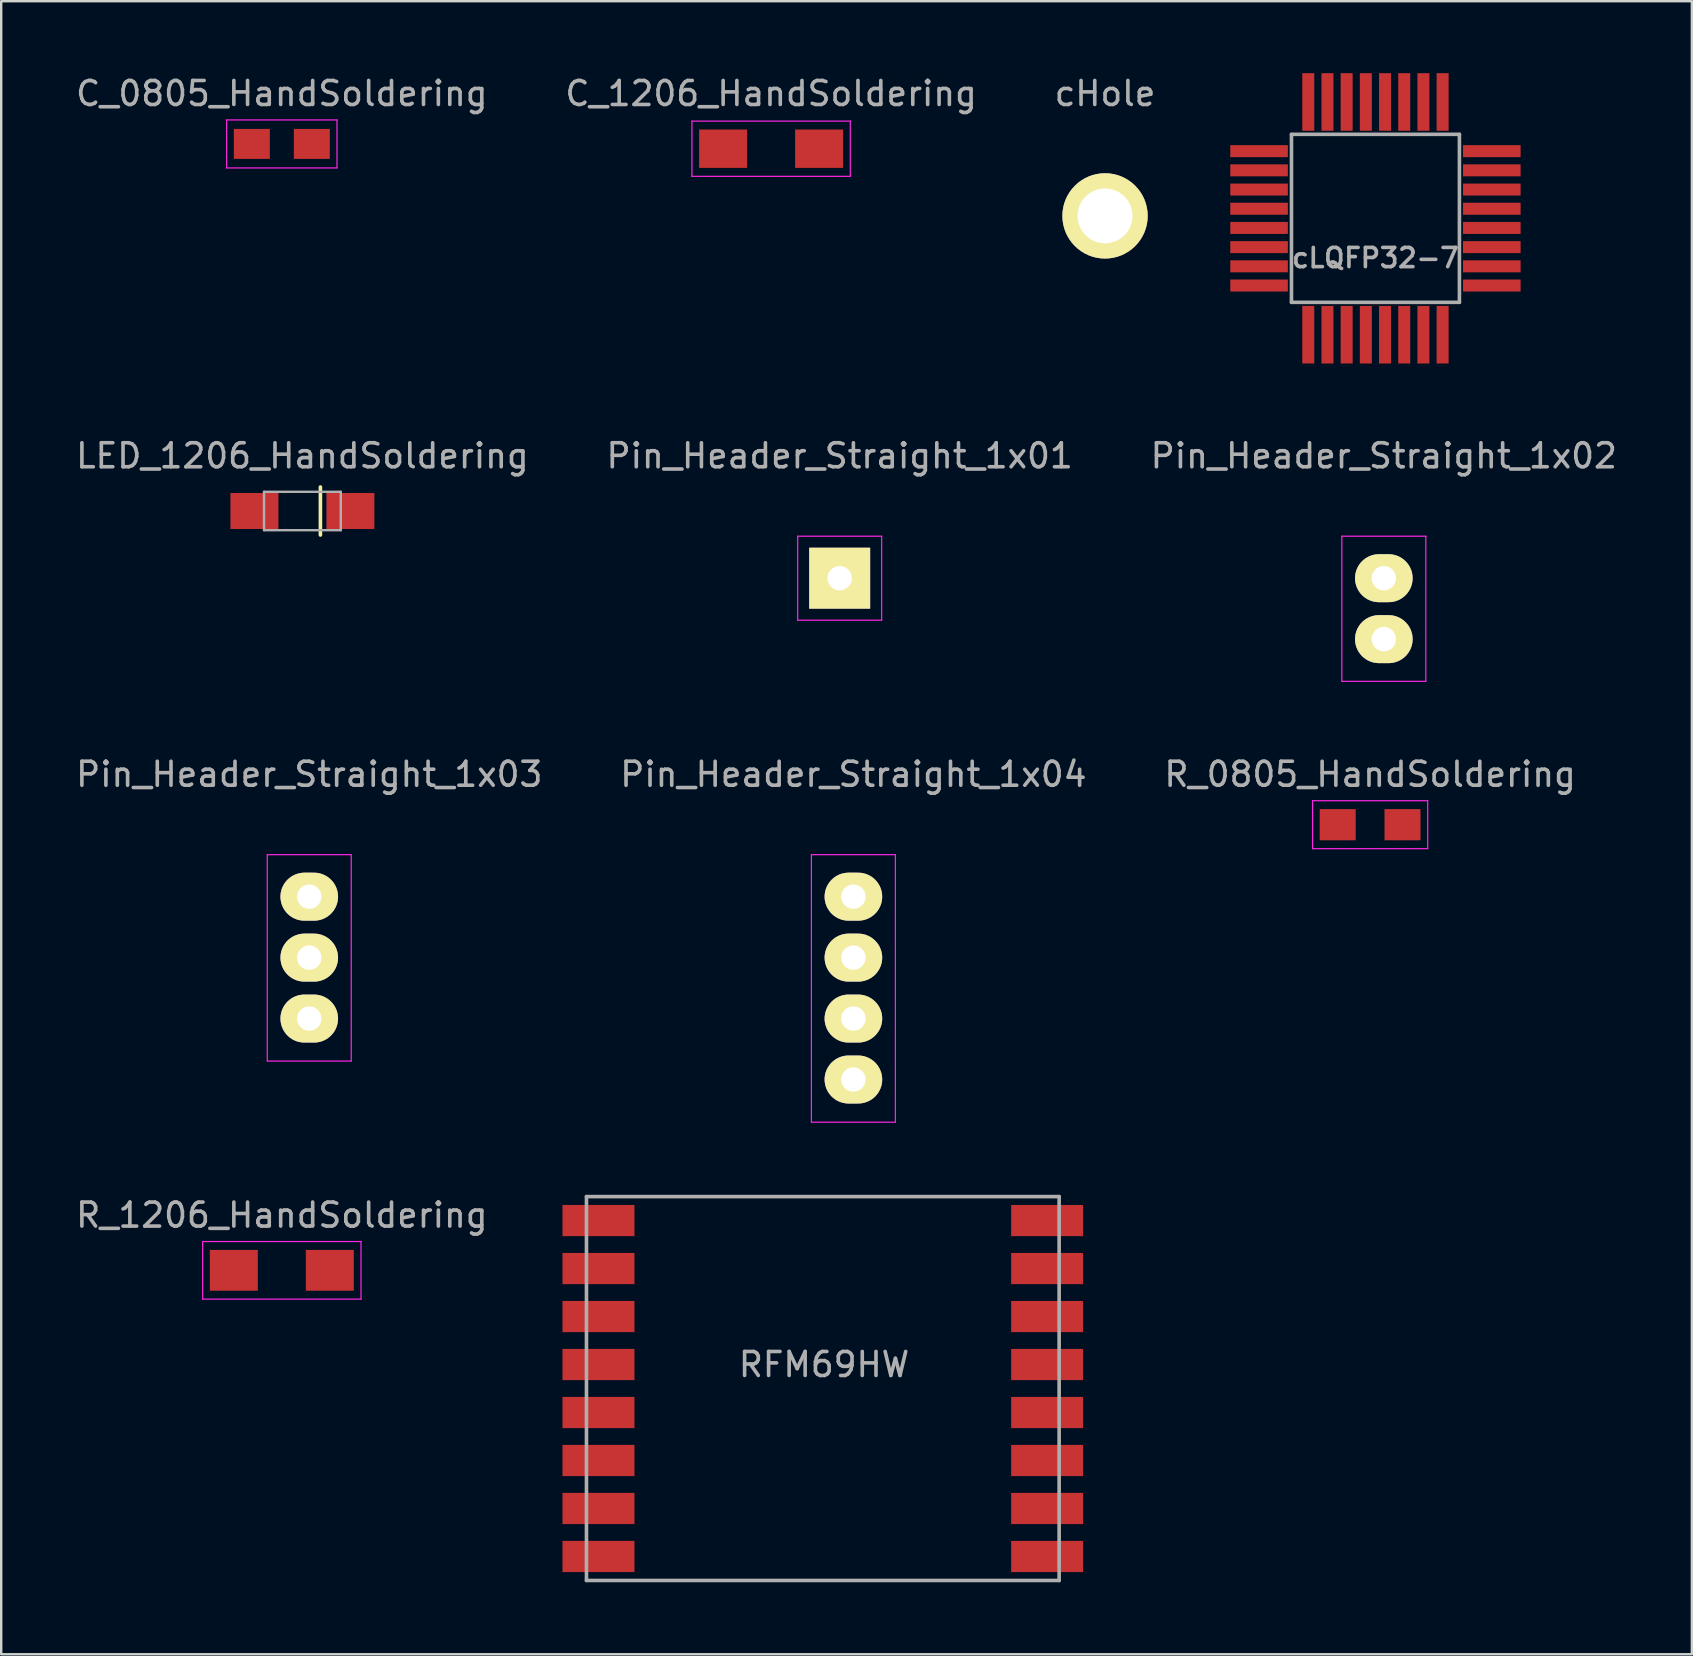
<source format=kicad_pcb>
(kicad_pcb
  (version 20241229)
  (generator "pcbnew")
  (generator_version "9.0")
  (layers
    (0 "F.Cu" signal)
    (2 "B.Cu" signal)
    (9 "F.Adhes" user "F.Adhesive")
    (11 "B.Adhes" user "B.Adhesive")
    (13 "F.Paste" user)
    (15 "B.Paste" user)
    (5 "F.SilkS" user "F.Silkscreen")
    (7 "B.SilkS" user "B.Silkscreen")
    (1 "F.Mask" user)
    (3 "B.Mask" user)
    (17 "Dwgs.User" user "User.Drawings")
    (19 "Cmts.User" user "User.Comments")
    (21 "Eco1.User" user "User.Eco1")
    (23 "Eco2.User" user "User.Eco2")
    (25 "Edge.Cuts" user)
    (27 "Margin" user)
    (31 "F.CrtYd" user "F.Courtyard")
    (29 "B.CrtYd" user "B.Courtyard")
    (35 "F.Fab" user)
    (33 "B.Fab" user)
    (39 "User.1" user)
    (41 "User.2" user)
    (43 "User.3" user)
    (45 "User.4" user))
  (footprint "Pin_Header_Straight_1x03"
    (layer "F.Cu")
    (at 9.839 34.322)
    (property "Reference" "Pin_Header_Straight_1x03" (at 0 -5.1 0) (layer "F.Fab") (effects (font (size 1 1) (thickness 0.15))))
    (attr through_hole)
    (fp_line (start -1.75 -1.75) (end -1.75 6.85) (stroke (width 0.05) (type solid)) (layer "F.CrtYd"))
    (fp_line (start -1.75 -1.75) (end 1.75 -1.75) (stroke (width 0.05) (type solid)) (layer "F.CrtYd"))
    (fp_line (start -1.75 6.85) (end 1.75 6.85) (stroke (width 0.05) (type solid)) (layer "F.CrtYd"))
    (fp_line (start 1.75 -1.75) (end 1.75 6.85) (stroke (width 0.05) (type solid)) (layer "F.CrtYd"))
    (pad "1" thru_hole oval (at 0 0) (size 2.4 2) (drill 1.016) (layers "*.Cu" "*.Mask" "F.SilkS"))
    (pad "2" thru_hole oval (at 0 2.54) (size 2.4 2) (drill 1.016) (layers "*.Cu" "*.Mask" "F.SilkS"))
    (pad "3" thru_hole oval (at 0 5.08) (size 2.4 2) (drill 1.016) (layers "*.Cu" "*.Mask" "F.SilkS")))
  (footprint "Pin_Header_Straight_1x02"
    (layer "F.Cu")
    (at 54.625 21.048)
    (property "Reference" "Pin_Header_Straight_1x02" (at 0 -5.1 0) (layer "F.Fab") (effects (font (size 1 1) (thickness 0.15))))
    (attr through_hole)
    (fp_line (start -1.75 -1.75) (end -1.75 4.3) (stroke (width 0.05) (type solid)) (layer "F.CrtYd"))
    (fp_line (start -1.75 -1.75) (end 1.75 -1.75) (stroke (width 0.05) (type solid)) (layer "F.CrtYd"))
    (fp_line (start -1.75 4.3) (end 1.75 4.3) (stroke (width 0.05) (type solid)) (layer "F.CrtYd"))
    (fp_line (start 1.75 -1.75) (end 1.75 4.3) (stroke (width 0.05) (type solid)) (layer "F.CrtYd"))
    (pad "1" thru_hole oval (at 0 0) (size 2.4 2) (drill 1.016) (layers "*.Cu" "*.Mask" "F.SilkS"))
    (pad "2" thru_hole oval (at 0 2.54) (size 2.4 2) (drill 1.016) (layers "*.Cu" "*.Mask" "F.SilkS")))
  (footprint "C_1206_HandSoldering"
    (layer "F.Cu")
    (at 29.089 3.148)
    (property "Reference" "C_1206_HandSoldering" (at 0 -2.3 0) (layer "F.Fab") (effects (font (size 1 1) (thickness 0.15))))
    (attr smd)
    (fp_line (start -3.3 -1.15) (end -3.3 1.15) (stroke (width 0.05) (type solid)) (layer "F.CrtYd"))
    (fp_line (start -3.3 -1.15) (end 3.3 -1.15) (stroke (width 0.05) (type solid)) (layer "F.CrtYd"))
    (fp_line (start -3.3 1.15) (end 3.3 1.15) (stroke (width 0.05) (type solid)) (layer "F.CrtYd"))
    (fp_line (start 3.3 -1.15) (end 3.3 1.15) (stroke (width 0.05) (type solid)) (layer "F.CrtYd"))
    (pad "1" smd rect (at -2 0) (size 2 1.6) (layers "F.Cu" "F.Mask" "F.Paste"))
    (pad "2" smd rect (at 2 0) (size 2 1.6) (layers "F.Cu" "F.Mask" "F.Paste")))
  (footprint "R_1206_HandSoldering"
    (layer "F.Cu")
    (at 8.696 49.895)
    (property "Reference" "R_1206_HandSoldering" (at 0 -2.3 0) (layer "F.Fab") (effects (font (size 1 1) (thickness 0.15))))
    (attr smd)
    (fp_line (start -3.3 -1.2) (end -3.3 1.2) (stroke (width 0.05) (type solid)) (layer "F.CrtYd"))
    (fp_line (start -3.3 -1.2) (end 3.3 -1.2) (stroke (width 0.05) (type solid)) (layer "F.CrtYd"))
    (fp_line (start -3.3 1.2) (end 3.3 1.2) (stroke (width 0.05) (type solid)) (layer "F.CrtYd"))
    (fp_line (start 3.3 -1.2) (end 3.3 1.2) (stroke (width 0.05) (type solid)) (layer "F.CrtYd"))
    (pad "1" smd rect (at -2 0) (size 2 1.7) (layers "F.Cu" "F.Mask" "F.Paste"))
    (pad "2" smd rect (at 2 0) (size 2 1.7) (layers "F.Cu" "F.Mask" "F.Paste")))
  (footprint "cHole"
    (layer "F.Cu")
    (at 43.006 5.948)
    (property "Reference" "cHole" (at 0 -5.1 0) (layer "F.Fab") (effects (font (size 1 1) (thickness 0.15))))
    (attr through_hole)
    (pad "" np_thru_hole circle (at 0 0) (size 3.556 3.556) (drill 2.286) (layers "*.Cu" "*.Mask" "F.SilkS")))
  (footprint "RFM69HW"
    (layer "F.Cu")
    (at 31.243 54.871)
    (property "Reference" "RFM69HW" (at 0.05 -1.05 0) (layer "F.Fab") (effects (font (size 1 1) (thickness 0.15))))
    (attr through_hole)
    (fp_line (start -9.85 -8.05) (end 9.85 -8.05) (stroke (width 0.15) (type solid)) (layer "F.Fab"))
    (fp_line (start -9.85 7.95) (end -9.85 -8.05) (stroke (width 0.15) (type solid)) (layer "F.Fab"))
    (fp_line (start 9.85 -8.05) (end 9.85 7.95) (stroke (width 0.15) (type solid)) (layer "F.Fab"))
    (fp_line (start 9.85 7.95) (end -9.85 7.95) (stroke (width 0.15) (type solid)) (layer "F.Fab"))
    (pad "1" smd rect (at -9.35 -7.05) (size 3 1.3) (layers "F.Cu" "F.Mask" "F.Paste"))
    (pad "2" smd rect (at -9.35 -5.05) (size 3 1.3) (layers "F.Cu" "F.Mask" "F.Paste"))
    (pad "3" smd rect (at -9.35 -3.05) (size 3 1.3) (layers "F.Cu" "F.Mask" "F.Paste"))
    (pad "4" smd rect (at -9.35 -1.05) (size 3 1.3) (layers "F.Cu" "F.Mask" "F.Paste"))
    (pad "5" smd rect (at -9.35 0.95) (size 3 1.3) (layers "F.Cu" "F.Mask" "F.Paste"))
    (pad "6" smd rect (at -9.35 2.95) (size 3 1.3) (layers "F.Cu" "F.Mask" "F.Paste"))
    (pad "7" smd rect (at -9.35 4.95) (size 3 1.3) (layers "F.Cu" "F.Mask" "F.Paste"))
    (pad "8" smd rect (at -9.35 6.95) (size 3 1.3) (layers "F.Cu" "F.Mask" "F.Paste"))
    (pad "9" smd rect (at 9.35 6.95) (size 3 1.3) (layers "F.Cu" "F.Mask" "F.Paste"))
    (pad "10" smd rect (at 9.35 4.95) (size 3 1.3) (layers "F.Cu" "F.Mask" "F.Paste"))
    (pad "11" smd rect (at 9.35 2.95) (size 3 1.3) (layers "F.Cu" "F.Mask" "F.Paste"))
    (pad "12" smd rect (at 9.35 0.95) (size 3 1.3) (layers "F.Cu" "F.Mask" "F.Paste"))
    (pad "13" smd rect (at 9.35 -1.05) (size 3 1.3) (layers "F.Cu" "F.Mask" "F.Paste"))
    (pad "14" smd rect (at 9.35 -3.05) (size 3 1.3) (layers "F.Cu" "F.Mask" "F.Paste"))
    (pad "15" smd rect (at 9.35 -5.05) (size 3 1.3) (layers "F.Cu" "F.Mask" "F.Paste"))
    (pad "16" smd rect (at 9.35 -7.05) (size 3 1.3) (layers "F.Cu" "F.Mask" "F.Paste")))
  (footprint "Pin_Header_Straight_1x01"
    (layer "F.Cu")
    (at 31.946 21.048)
    (property "Reference" "Pin_Header_Straight_1x01" (at 0 -5.1 0) (layer "F.Fab") (effects (font (size 1 1) (thickness 0.15))))
    (attr through_hole)
    (fp_line (start -1.75 -1.75) (end -1.75 1.75) (stroke (width 0.05) (type solid)) (layer "F.CrtYd"))
    (fp_line (start -1.75 -1.75) (end 1.75 -1.75) (stroke (width 0.05) (type solid)) (layer "F.CrtYd"))
    (fp_line (start -1.75 1.75) (end 1.75 1.75) (stroke (width 0.05) (type solid)) (layer "F.CrtYd"))
    (fp_line (start 1.75 -1.75) (end 1.75 1.75) (stroke (width 0.05) (type solid)) (layer "F.CrtYd"))
    (pad "1" thru_hole rect (at 0 0) (size 2.54 2.54) (drill 1.016) (layers "*.Cu" "*.Mask" "F.SilkS")))
  (footprint "Pin_Header_Straight_1x04"
    (layer "F.Cu")
    (at 32.518 34.322)
    (property "Reference" "Pin_Header_Straight_1x04" (at 0 -5.1 0) (layer "F.Fab") (effects (font (size 1 1) (thickness 0.15))))
    (attr through_hole)
    (fp_line (start -1.75 -1.75) (end -1.75 9.4) (stroke (width 0.05) (type solid)) (layer "F.CrtYd"))
    (fp_line (start -1.75 -1.75) (end 1.75 -1.75) (stroke (width 0.05) (type solid)) (layer "F.CrtYd"))
    (fp_line (start -1.75 9.4) (end 1.75 9.4) (stroke (width 0.05) (type solid)) (layer "F.CrtYd"))
    (fp_line (start 1.75 -1.75) (end 1.75 9.4) (stroke (width 0.05) (type solid)) (layer "F.CrtYd"))
    (pad "1" thru_hole oval (at 0 0) (size 2.4 2) (drill 1.016) (layers "*.Cu" "*.Mask" "F.SilkS"))
    (pad "2" thru_hole oval (at 0 2.54) (size 2.4 2) (drill 1.016) (layers "*.Cu" "*.Mask" "F.SilkS"))
    (pad "3" thru_hole oval (at 0 5.08) (size 2.4 2) (drill 1.016) (layers "*.Cu" "*.Mask" "F.SilkS"))
    (pad "4" thru_hole oval (at 0 7.62) (size 2.4 2) (drill 1.016) (layers "*.Cu" "*.Mask" "F.SilkS")))
  (footprint "LED_1206_HandSoldering"
    (layer "F.Cu")
    (at 9.554 18.248)
    (property "Reference" "LED_1206_HandSoldering" (at 0 -2.3 0) (layer "F.Fab") (effects (font (size 1 1) (thickness 0.15))))
    (attr smd)
    (fp_line (start 0.75 -1) (end 0.75 1) (stroke (width 0.15) (type solid)) (layer "F.SilkS"))
    (fp_line (start -1.6 -0.8) (end 1.6 -0.8) (stroke (width 0.1) (type solid)) (layer "F.Fab"))
    (fp_line (start -1.6 0.8) (end -1.6 -0.8) (stroke (width 0.1) (type solid)) (layer "F.Fab"))
    (fp_line (start 1.6 -0.8) (end 1.6 0.8) (stroke (width 0.1) (type solid)) (layer "F.Fab"))
    (fp_line (start 1.6 0.8) (end -1.6 0.8) (stroke (width 0.1) (type solid)) (layer "F.Fab"))
    (pad "A" smd rect (at -2 0) (size 2 1.5) (layers "F.Cu" "F.Mask" "F.Paste"))
    (pad "K" smd rect (at 2 0) (size 2 1.5) (layers "F.Cu" "F.Mask" "F.Paste")))
  (footprint "R_0805_HandSoldering"
    (layer "F.Cu")
    (at 54.054 31.322)
    (property "Reference" "R_0805_HandSoldering" (at 0 -2.1 0) (layer "F.Fab") (effects (font (size 1 1) (thickness 0.15))))
    (attr smd)
    (fp_line (start -2.4 -1) (end -2.4 1) (stroke (width 0.05) (type solid)) (layer "F.CrtYd"))
    (fp_line (start -2.4 -1) (end 2.4 -1) (stroke (width 0.05) (type solid)) (layer "F.CrtYd"))
    (fp_line (start -2.4 1) (end 2.4 1) (stroke (width 0.05) (type solid)) (layer "F.CrtYd"))
    (fp_line (start 2.4 -1) (end 2.4 1) (stroke (width 0.05) (type solid)) (layer "F.CrtYd"))
    (pad "1" smd rect (at -1.35 0) (size 1.5 1.3) (layers "F.Cu" "F.Mask" "F.Paste"))
    (pad "2" smd rect (at 1.35 0) (size 1.5 1.3) (layers "F.Cu" "F.Mask" "F.Paste")))
  (footprint "cLQFP32-7"
    (layer "F.Cu")
    (at 54.276 6.05)
    (property "Reference" "cLQFP32-7" (at 0 1.65 0) (layer "F.Fab") (effects (font (size 0.8 0.8) (thickness 0.15))))
    (attr through_hole)
    (fp_line (start -3.5 -3.5) (end -3.5 3.5) (stroke (width 0.15) (type solid)) (layer "F.Fab"))
    (fp_line (start -3.5 3.5) (end 3.5 3.5) (stroke (width 0.15) (type solid)) (layer "F.Fab"))
    (fp_line (start 3.5 -3.5) (end -3.5 -3.5) (stroke (width 0.15) (type solid)) (layer "F.Fab"))
    (fp_line (start 3.5 3.5) (end 3.5 -3.5) (stroke (width 0.15) (type solid)) (layer "F.Fab"))
    (pad "1" smd rect (at -2.8 4.85) (size 0.5 2.4) (layers "F.Cu" "F.Mask" "F.Paste"))
    (pad "2" smd rect (at -2 4.85) (size 0.5 2.4) (layers "F.Cu" "F.Mask" "F.Paste"))
    (pad "3" smd rect (at -1.2 4.85) (size 0.5 2.4) (layers "F.Cu" "F.Mask" "F.Paste"))
    (pad "4" smd rect (at -0.4 4.85) (size 0.5 2.4) (layers "F.Cu" "F.Mask" "F.Paste"))
    (pad "5" smd rect (at 0.4 4.85) (size 0.5 2.4) (layers "F.Cu" "F.Mask" "F.Paste"))
    (pad "6" smd rect (at 1.2 4.85) (size 0.5 2.4) (layers "F.Cu" "F.Mask" "F.Paste"))
    (pad "7" smd rect (at 2 4.85) (size 0.5 2.4) (layers "F.Cu" "F.Mask" "F.Paste"))
    (pad "8" smd rect (at 2.8 4.85) (size 0.5 2.4) (layers "F.Cu" "F.Mask" "F.Paste"))
    (pad "9" smd rect (at 4.85 2.8 90) (size 0.5 2.4) (layers "F.Cu" "F.Mask" "F.Paste"))
    (pad "10" smd rect (at 4.85 2 90) (size 0.5 2.4) (layers "F.Cu" "F.Mask" "F.Paste"))
    (pad "11" smd rect (at 4.85 1.2 90) (size 0.5 2.4) (layers "F.Cu" "F.Mask" "F.Paste"))
    (pad "12" smd rect (at 4.85 0.4 90) (size 0.5 2.4) (layers "F.Cu" "F.Mask" "F.Paste"))
    (pad "13" smd rect (at 4.85 -0.4 90) (size 0.5 2.4) (layers "F.Cu" "F.Mask" "F.Paste"))
    (pad "14" smd rect (at 4.85 -1.2 90) (size 0.5 2.4) (layers "F.Cu" "F.Mask" "F.Paste"))
    (pad "15" smd rect (at 4.85 -2 90) (size 0.5 2.4) (layers "F.Cu" "F.Mask" "F.Paste"))
    (pad "16" smd rect (at 4.85 -2.8 90) (size 0.5 2.4) (layers "F.Cu" "F.Mask" "F.Paste"))
    (pad "17" smd rect (at 2.8 -4.85) (size 0.5 2.4) (layers "F.Cu" "F.Mask" "F.Paste"))
    (pad "18" smd rect (at 2 -4.85) (size 0.5 2.4) (layers "F.Cu" "F.Mask" "F.Paste"))
    (pad "19" smd rect (at 1.2 -4.85) (size 0.5 2.4) (layers "F.Cu" "F.Mask" "F.Paste"))
    (pad "20" smd rect (at 0.4 -4.85) (size 0.5 2.4) (layers "F.Cu" "F.Mask" "F.Paste"))
    (pad "21" smd rect (at -0.4 -4.85) (size 0.5 2.4) (layers "F.Cu" "F.Mask" "F.Paste"))
    (pad "22" smd rect (at -1.2 -4.85) (size 0.5 2.4) (layers "F.Cu" "F.Mask" "F.Paste"))
    (pad "23" smd rect (at -2 -4.85) (size 0.5 2.4) (layers "F.Cu" "F.Mask" "F.Paste"))
    (pad "24" smd rect (at -2.8 -4.85) (size 0.5 2.4) (layers "F.Cu" "F.Mask" "F.Paste"))
    (pad "25" smd rect (at -4.85 -2.8 90) (size 0.5 2.4) (layers "F.Cu" "F.Mask" "F.Paste"))
    (pad "26" smd rect (at -4.85 -2 90) (size 0.5 2.4) (layers "F.Cu" "F.Mask" "F.Paste"))
    (pad "27" smd rect (at -4.85 -1.2 90) (size 0.5 2.4) (layers "F.Cu" "F.Mask" "F.Paste"))
    (pad "28" smd rect (at -4.85 -0.4 90) (size 0.5 2.4) (layers "F.Cu" "F.Mask" "F.Paste"))
    (pad "29" smd rect (at -4.85 0.4 90) (size 0.5 2.4) (layers "F.Cu" "F.Mask" "F.Paste"))
    (pad "30" smd rect (at -4.85 1.2 90) (size 0.5 2.4) (layers "F.Cu" "F.Mask" "F.Paste"))
    (pad "31" smd rect (at -4.85 2 90) (size 0.5 2.4) (layers "F.Cu" "F.Mask" "F.Paste"))
    (pad "32" smd rect (at -4.85 2.8 90) (size 0.5 2.4) (layers "F.Cu" "F.Mask" "F.Paste")))
  (footprint "C_0805_HandSoldering"
    (layer "F.Cu")
    (at 8.696 2.948)
    (property "Reference" "C_0805_HandSoldering" (at 0 -2.1 0) (layer "F.Fab") (effects (font (size 1 1) (thickness 0.15))))
    (attr smd)
    (fp_line (start -2.3 -1) (end -2.3 1) (stroke (width 0.05) (type solid)) (layer "F.CrtYd"))
    (fp_line (start -2.3 -1) (end 2.3 -1) (stroke (width 0.05) (type solid)) (layer "F.CrtYd"))
    (fp_line (start -2.3 1) (end 2.3 1) (stroke (width 0.05) (type solid)) (layer "F.CrtYd"))
    (fp_line (start 2.3 -1) (end 2.3 1) (stroke (width 0.05) (type solid)) (layer "F.CrtYd"))
    (pad "1" smd rect (at -1.25 0) (size 1.5 1.25) (layers "F.Cu" "F.Mask" "F.Paste"))
    (pad "2" smd rect (at 1.25 0) (size 1.5 1.25) (layers "F.Cu" "F.Mask" "F.Paste")))
  (gr_rect
    (start -3 -3)
    (end 67.464 65.897)
    (stroke (width 0.1) (type default))
    (fill no)
    (layer "Edge.Cuts")))
</source>
